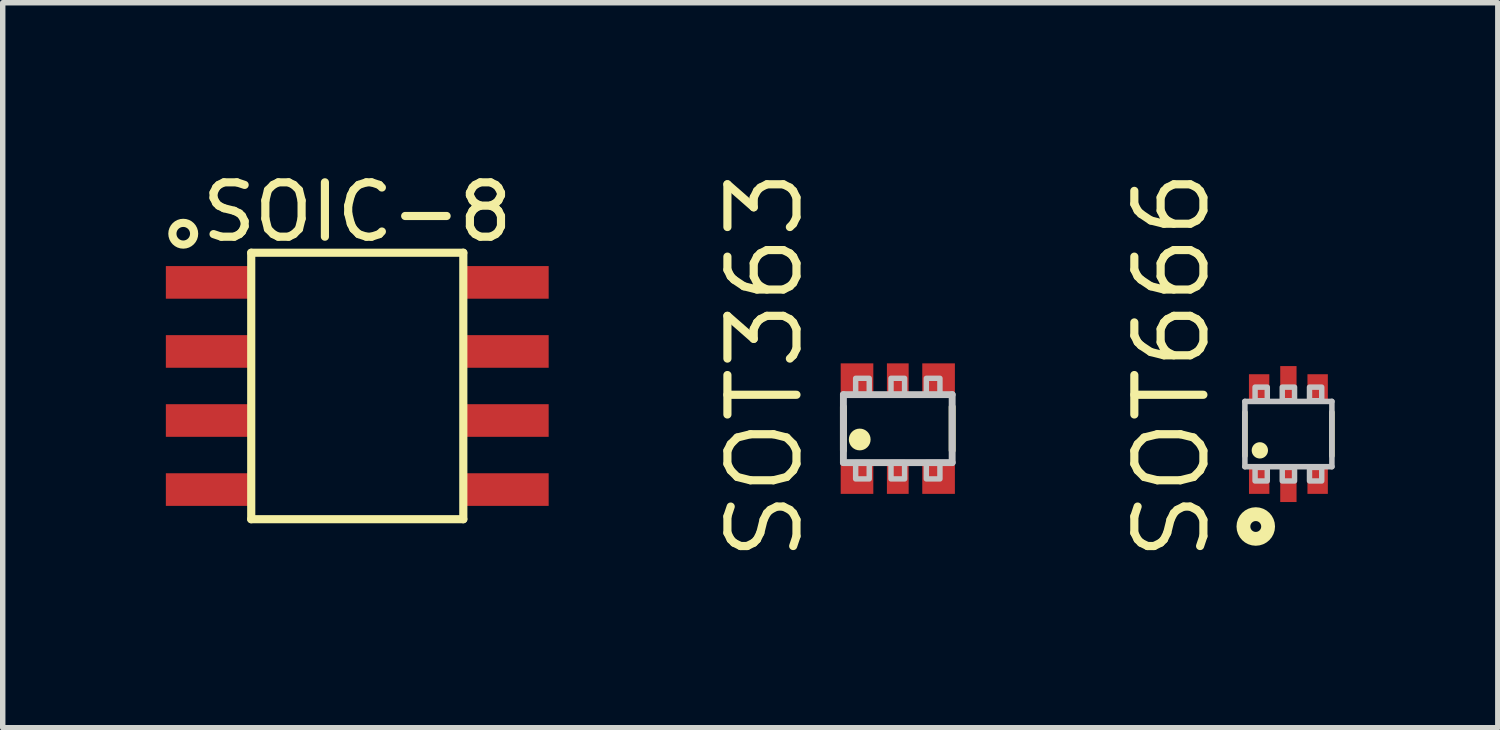
<source format=kicad_pcb>
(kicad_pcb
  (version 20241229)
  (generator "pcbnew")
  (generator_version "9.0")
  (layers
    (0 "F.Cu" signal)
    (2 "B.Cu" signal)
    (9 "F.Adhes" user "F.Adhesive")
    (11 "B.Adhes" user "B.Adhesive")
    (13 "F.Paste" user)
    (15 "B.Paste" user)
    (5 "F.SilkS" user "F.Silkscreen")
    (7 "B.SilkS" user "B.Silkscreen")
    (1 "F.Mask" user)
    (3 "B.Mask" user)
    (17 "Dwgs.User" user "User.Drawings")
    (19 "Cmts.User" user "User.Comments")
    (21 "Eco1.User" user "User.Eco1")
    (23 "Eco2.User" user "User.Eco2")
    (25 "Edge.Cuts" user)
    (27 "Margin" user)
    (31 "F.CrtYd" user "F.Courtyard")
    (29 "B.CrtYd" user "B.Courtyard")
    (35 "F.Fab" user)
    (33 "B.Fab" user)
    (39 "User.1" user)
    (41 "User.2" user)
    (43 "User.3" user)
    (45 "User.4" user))
  (footprint "SOT666"
    (layer "F.Cu")
    (at 20.643 4.932)
    (property "Reference" "SOT666" (at -1.4 2.4 90) (layer "F.SilkS") (effects (font (size 1.27 1.27) (thickness 0.15)) (justify left bottom)))
    (attr through_hole)
    (fp_poly (pts (xy -0.275 -1.375) (xy -0.275 -1.225) (xy -0.85 -1.225) (xy -0.85 -0.475) (xy 0.85 -0.475) (xy 0.85 -1.225) (xy 0.275 -1.225) (xy 0.275 -1.375)) (stroke (width 0) (type solid)) (fill yes) (layer "F.Mask"))
    (fp_poly (pts (xy -0.275 1.375) (xy -0.275 1.225) (xy -0.85 1.225) (xy -0.85 0.475) (xy 0.85 0.475) (xy 0.85 1.225) (xy 0.275 1.225) (xy 0.275 1.375)) (stroke (width 0) (type solid)) (fill yes) (layer "F.Mask"))
    (fp_line (start -0.8 0.4) (end -0.8 -0.4) (stroke (width 0.102) (type solid)) (layer "F.SilkS"))
    (fp_line (start 0.8 0.4) (end 0.8 -0.4) (stroke (width 0.102) (type solid)) (layer "F.SilkS"))
    (fp_circle (center -0.6 1.7) (end -0.7 1.7) (stroke (width 0.254) (type solid)) (fill no) (layer "F.SilkS"))
    (fp_circle (center -0.525 0.3) (end -0.375 0.3) (stroke (width 0) (type solid)) (fill yes) (layer "F.SilkS"))
    (fp_poly (pts (xy -0.701 -0.625) (xy -0.376 -0.625) (xy -0.376 -1.075) (xy -0.701 -1.075)) (stroke (width 0) (type solid)) (fill yes) (layer "F.Paste"))
    (fp_poly (pts (xy -0.701 1.075) (xy -0.376 1.075) (xy -0.376 0.625) (xy -0.701 0.625)) (stroke (width 0) (type solid)) (fill yes) (layer "F.Paste"))
    (fp_poly (pts (xy -0.125 -0.625) (xy 0.125 -0.625) (xy 0.125 -1.225) (xy -0.125 -1.225)) (stroke (width 0) (type solid)) (fill yes) (layer "F.Paste"))
    (fp_poly (pts (xy -0.125 1.225) (xy 0.125 1.225) (xy 0.125 0.625) (xy -0.125 0.625)) (stroke (width 0) (type solid)) (fill yes) (layer "F.Paste"))
    (fp_poly (pts (xy 0.376 -0.625) (xy 0.701 -0.625) (xy 0.701 -1.075) (xy 0.376 -1.075)) (stroke (width 0) (type solid)) (fill yes) (layer "F.Paste"))
    (fp_poly (pts (xy 0.376 1.075) (xy 0.701 1.075) (xy 0.701 0.625) (xy 0.376 0.625)) (stroke (width 0) (type solid)) (fill yes) (layer "F.Paste"))
    (fp_line (start -0.8 -0.6) (end -0.8 0.6) (stroke (width 0.102) (type solid)) (layer "Dwgs.User"))
    (fp_line (start -0.8 0.6) (end 0.8 0.6) (stroke (width 0.102) (type solid)) (layer "Dwgs.User"))
    (fp_line (start 0.8 -0.6) (end -0.8 -0.6) (stroke (width 0.102) (type solid)) (layer "Dwgs.User"))
    (fp_line (start 0.8 0.6) (end 0.8 -0.6) (stroke (width 0.102) (type solid)) (layer "Dwgs.User"))
    (fp_poly (pts (xy -0.613 -0.613) (xy -0.388 -0.613) (xy -0.388 -0.863) (xy -0.613 -0.863)) (stroke (width 0.1) (type solid)) (fill no) (layer "Dwgs.User"))
    (fp_poly (pts (xy -0.613 0.863) (xy -0.388 0.863) (xy -0.388 0.613) (xy -0.613 0.613)) (stroke (width 0.1) (type solid)) (fill no) (layer "Dwgs.User"))
    (fp_poly (pts (xy -0.113 -0.613) (xy 0.113 -0.613) (xy 0.113 -0.863) (xy -0.113 -0.863)) (stroke (width 0.1) (type solid)) (fill no) (layer "Dwgs.User"))
    (fp_poly (pts (xy -0.113 0.863) (xy 0.113 0.863) (xy 0.113 0.613) (xy -0.113 0.613)) (stroke (width 0.1) (type solid)) (fill no) (layer "Dwgs.User"))
    (fp_poly (pts (xy 0.388 -0.613) (xy 0.613 -0.613) (xy 0.613 -0.863) (xy 0.388 -0.863)) (stroke (width 0.1) (type solid)) (fill no) (layer "Dwgs.User"))
    (fp_poly (pts (xy 0.388 0.863) (xy 0.613 0.863) (xy 0.613 0.613) (xy 0.388 0.613)) (stroke (width 0.1) (type solid)) (fill no) (layer "Dwgs.User"))
    (pad "1" smd rect (at -0.537 0.85 90) (size 0.5 0.375) (layers "F.Cu" "F.Mask" "F.Paste"))
    (pad "2" smd rect (at 0 0.925 90) (size 0.65 0.3) (layers "F.Cu" "F.Mask" "F.Paste"))
    (pad "3" smd rect (at 0.538 0.85 90) (size 0.5 0.375) (layers "F.Cu" "F.Mask" "F.Paste"))
    (pad "4" smd rect (at 0.538 -0.85 90) (size 0.5 0.375) (layers "F.Cu" "F.Mask" "F.Paste"))
    (pad "5" smd rect (at 0 -0.925 90) (size 0.65 0.3) (layers "F.Cu" "F.Mask" "F.Paste"))
    (pad "6" smd rect (at -0.538 -0.85 90) (size 0.5 0.375) (layers "F.Cu" "F.Mask" "F.Paste")))
  (footprint "SOT363"
    (layer "F.Cu")
    (at 13.46 4.832)
    (property "Reference" "SOT363" (at -1.7 2.5 270) (layer "F.SilkS") (effects (font (size 1.27 1.27) (thickness 0.15)) (justify left bottom)))
    (attr through_hole)
    (fp_line (start -1 0.4) (end -1 -0.4) (stroke (width 0.127) (type solid)) (layer "F.SilkS"))
    (fp_line (start 1 0.4) (end 1 -0.4) (stroke (width 0.127) (type solid)) (layer "F.SilkS"))
    (fp_circle (center -0.7 0.2) (end -0.5 0.2) (stroke (width 0) (type solid)) (fill yes) (layer "F.SilkS"))
    (fp_line (start -1 -0.625) (end -1 0.625) (stroke (width 0.127) (type solid)) (layer "Dwgs.User"))
    (fp_line (start -1 -0.625) (end 1 -0.625) (stroke (width 0.127) (type solid)) (layer "Dwgs.User"))
    (fp_line (start 1 0.625) (end -1 0.625) (stroke (width 0.127) (type solid)) (layer "Dwgs.User"))
    (fp_line (start 1 0.625) (end 1 -0.625) (stroke (width 0.127) (type solid)) (layer "Dwgs.User"))
    (fp_poly (pts (xy -0.775 -0.625) (xy -0.525 -0.625) (xy -0.525 -0.925) (xy -0.775 -0.925)) (stroke (width 0.1) (type solid)) (fill no) (layer "Dwgs.User"))
    (fp_poly (pts (xy -0.775 0.925) (xy -0.525 0.925) (xy -0.525 0.625) (xy -0.775 0.625)) (stroke (width 0.1) (type solid)) (fill no) (layer "Dwgs.User"))
    (fp_poly (pts (xy -0.125 -0.625) (xy 0.125 -0.625) (xy 0.125 -0.925) (xy -0.125 -0.925)) (stroke (width 0.1) (type solid)) (fill no) (layer "Dwgs.User"))
    (fp_poly (pts (xy -0.125 0.925) (xy 0.125 0.925) (xy 0.125 0.625) (xy -0.125 0.625)) (stroke (width 0.1) (type solid)) (fill no) (layer "Dwgs.User"))
    (fp_poly (pts (xy 0.525 -0.625) (xy 0.775 -0.625) (xy 0.775 -0.925) (xy 0.525 -0.925)) (stroke (width 0.1) (type solid)) (fill no) (layer "Dwgs.User"))
    (fp_poly (pts (xy 0.525 0.925) (xy 0.775 0.925) (xy 0.775 0.625) (xy 0.525 0.625)) (stroke (width 0.1) (type solid)) (fill no) (layer "Dwgs.User"))
    (pad "1" smd rect (at -0.75 0.9) (size 0.6 0.6) (layers "F.Cu" "F.Mask" "F.Paste"))
    (pad "2" smd rect (at 0 0.9) (size 0.4 0.6) (layers "F.Cu" "F.Mask" "F.Paste"))
    (pad "3" smd rect (at 0.75 0.9) (size 0.6 0.6) (layers "F.Cu" "F.Mask" "F.Paste"))
    (pad "4" smd rect (at 0.75 -0.9) (size 0.6 0.6) (layers "F.Cu" "F.Mask" "F.Paste"))
    (pad "5" smd rect (at 0 -0.9) (size 0.4 0.6) (layers "F.Cu" "F.Mask" "F.Paste"))
    (pad "6" smd rect (at -0.75 -0.9) (size 0.6 0.6) (layers "F.Cu" "F.Mask" "F.Paste")))
  (footprint "SOIC-8"
    (layer "F.Cu")
    (at 3.52 4.048)
    (property "Reference" "SOIC-8" (at 0 -3.2 0) (layer "F.SilkS") (effects (font (size 1 1) (thickness 0.15))))
    (attr through_hole)
    (fp_line (start -1.95 -2.45) (end 1.95 -2.45) (stroke (width 0.15) (type solid)) (layer "F.SilkS"))
    (fp_line (start -1.95 2.45) (end -1.95 -2.45) (stroke (width 0.15) (type solid)) (layer "F.SilkS"))
    (fp_line (start 1.95 -2.45) (end 1.95 2.45) (stroke (width 0.15) (type solid)) (layer "F.SilkS"))
    (fp_line (start 1.95 2.45) (end -1.95 2.45) (stroke (width 0.15) (type solid)) (layer "F.SilkS"))
    (fp_circle (center -3.2 -2.8) (end -3 -2.8) (stroke (width 0.15) (type solid)) (fill no) (layer "F.SilkS"))
    (pad "1" smd rect (at -2.76 -1.905 90) (size 0.6 1.52) (layers "F.Cu" "F.Mask" "F.Paste"))
    (pad "2" smd rect (at -2.76 -0.635 90) (size 0.6 1.52) (layers "F.Cu" "F.Mask" "F.Paste"))
    (pad "3" smd rect (at -2.76 0.635 90) (size 0.6 1.52) (layers "F.Cu" "F.Mask" "F.Paste"))
    (pad "4" smd rect (at -2.76 1.905 90) (size 0.6 1.52) (layers "F.Cu" "F.Mask" "F.Paste"))
    (pad "5" smd rect (at 2.76 1.905 90) (size 0.6 1.52) (layers "F.Cu" "F.Mask" "F.Paste"))
    (pad "6" smd rect (at 2.76 0.635 90) (size 0.6 1.52) (layers "F.Cu" "F.Mask" "F.Paste"))
    (pad "7" smd rect (at 2.76 -0.635 90) (size 0.6 1.52) (layers "F.Cu" "F.Mask" "F.Paste"))
    (pad "8" smd rect (at 2.76 -1.905 90) (size 0.6 1.52) (layers "F.Cu" "F.Mask" "F.Paste")))
  (gr_rect
    (start -3 -3)
    (end 24.494 10.332)
    (stroke (width 0.1) (type default))
    (fill no)
    (layer "Edge.Cuts")))
</source>
